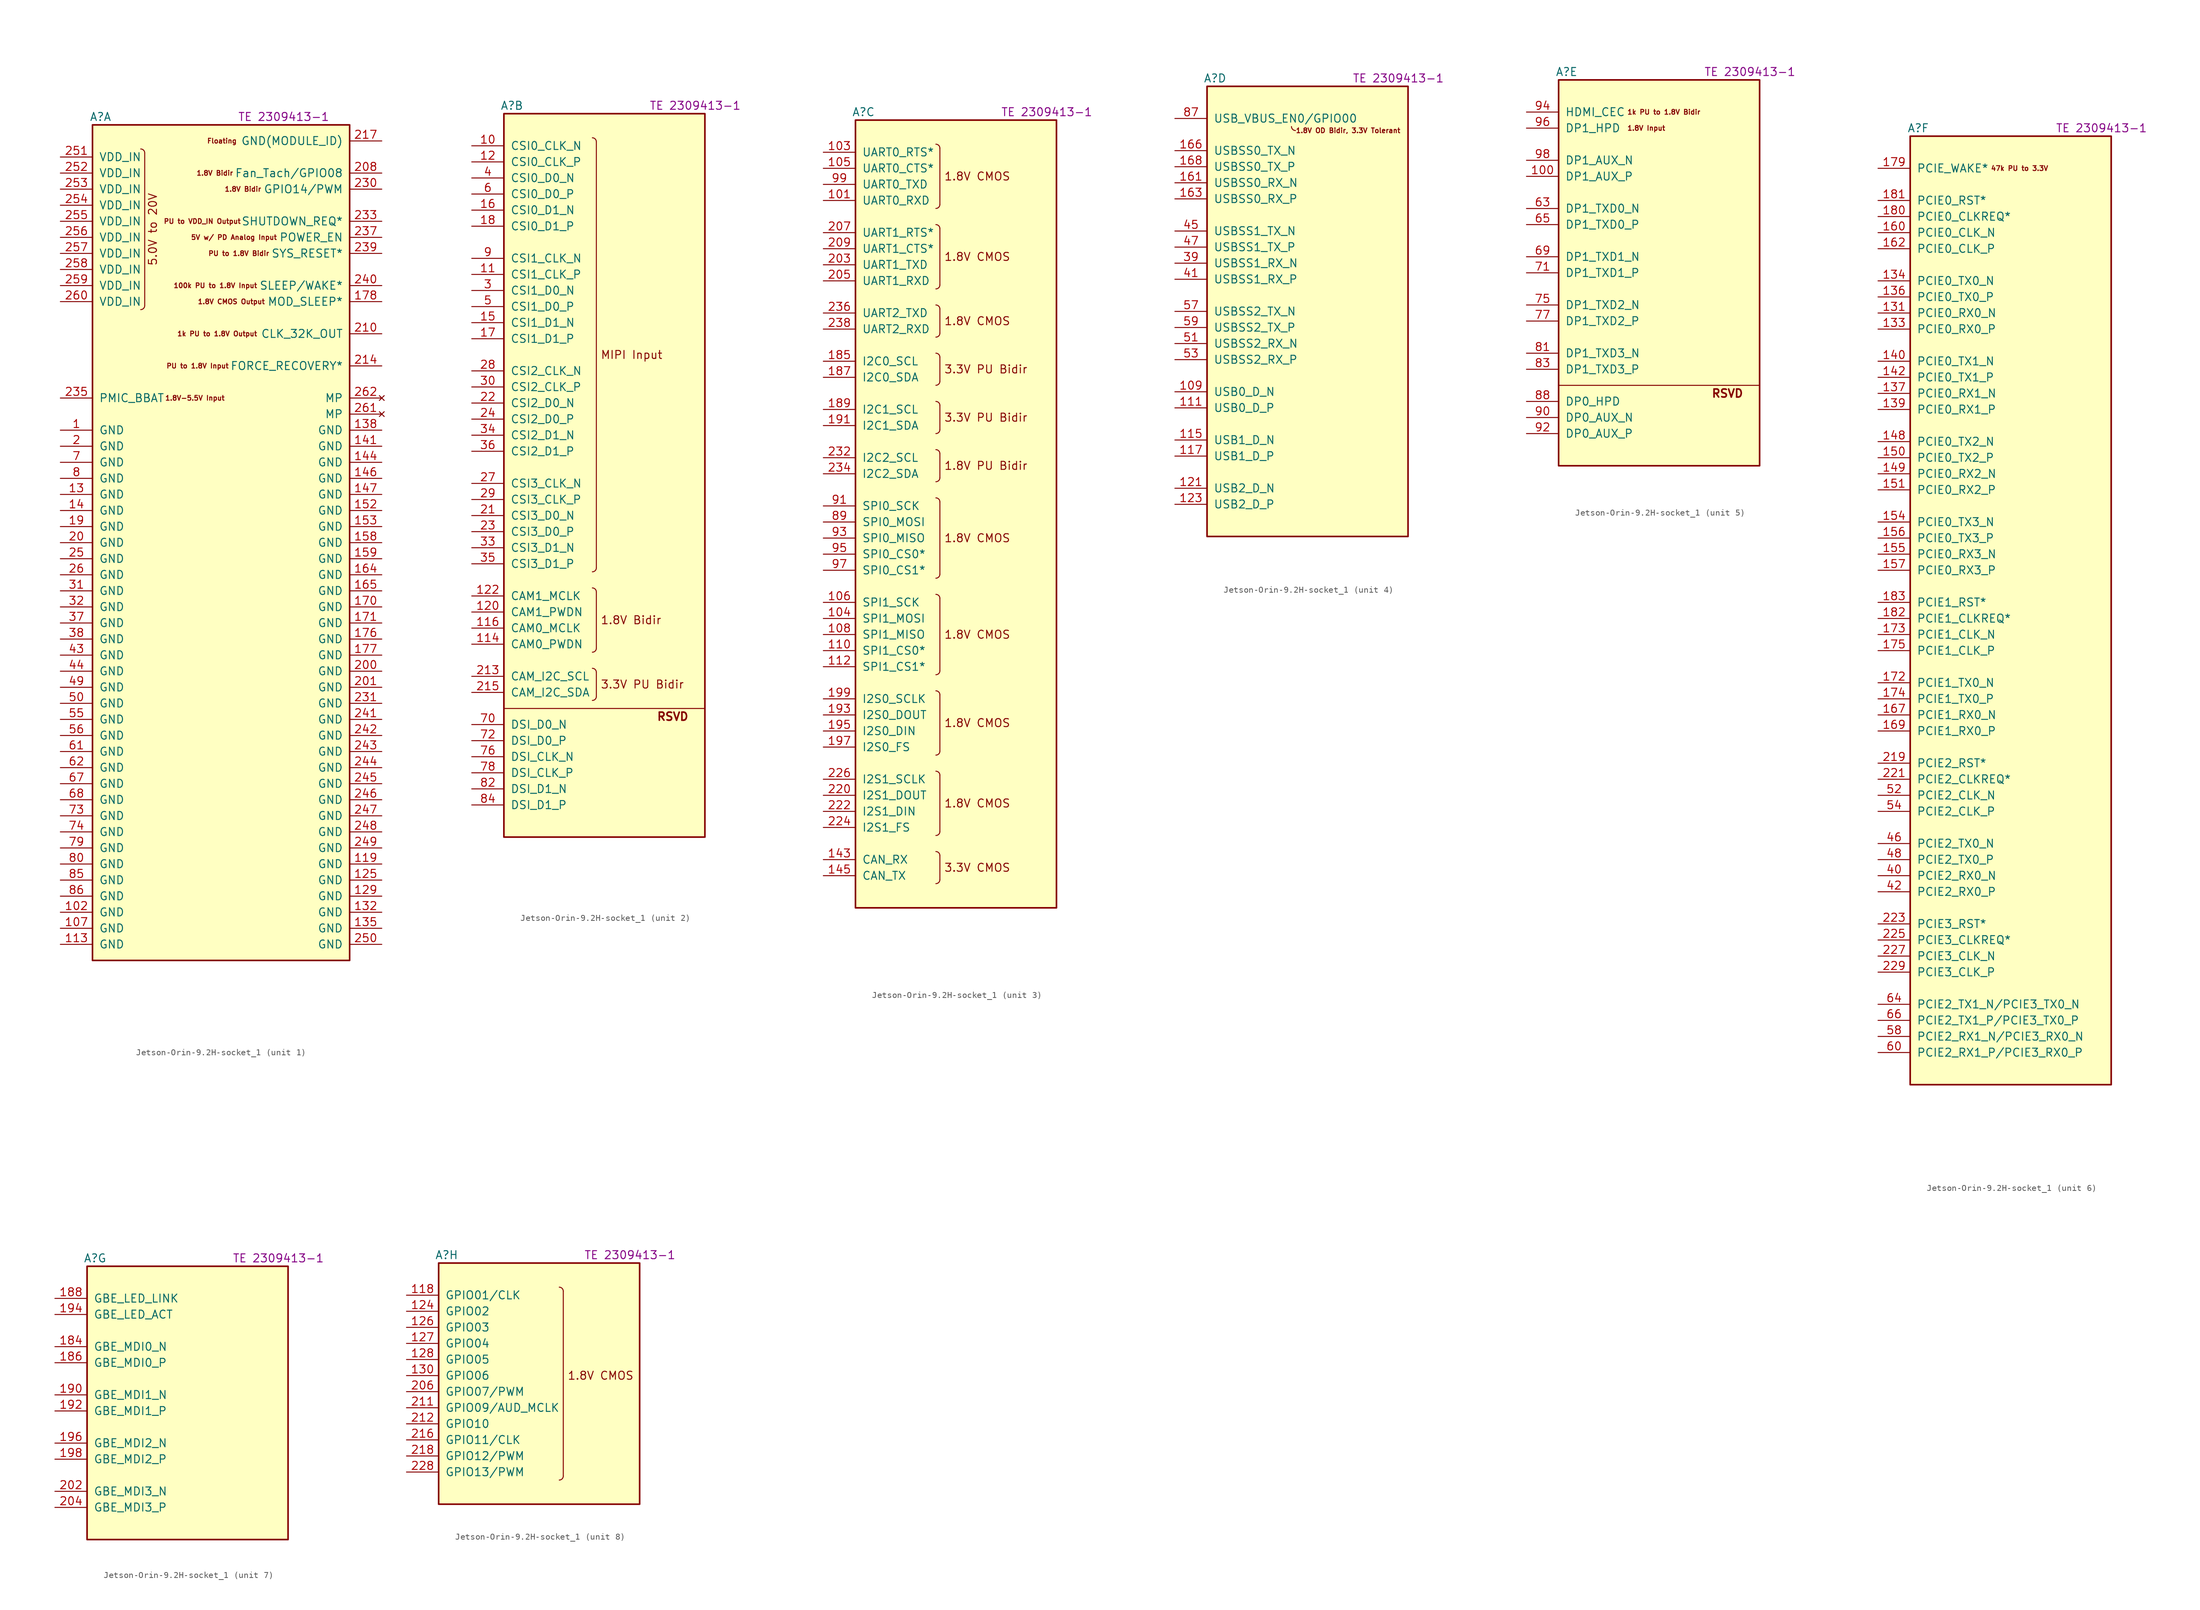
<source format=kicad_sym>
(kicad_symbol_lib
  (version 20220914)
  (generator kicad_symbol_editor)
  (symbol "Jetson-Orin-9.2H-socket_1"
    (pin_names
      (offset 1.016))
    (property "Reference" "A"
      (at 1.27 1.27 0)
      (effects (font (size 1.27 1.27))))
    (property "Manufacturer" "TE"
      (at 24.13 1.27 0)
      (effects (font (size 1.27 1.27))))
    (property "MPN" "2309413-1"
      (at 31.75 1.27 0)
      (effects (font (size 1.27 1.27))))
    (property "ki_locked" ""
      (at 0 0 0)
      (effects (font (size 1.27 1.27))))
    (symbol "Jetson-Orin-9.2H-socket_1_1_1"
      (rectangle (start 0 -132.08) (end 40.64 0) (stroke (width 0.254) (type default)) (fill (type background)))
      (polyline (pts (xy 8.255 -4.445) (xy 8.255 -28.575)) (stroke (width 0) (type default)) (fill (type none)))
      (arc (start 7.62 -29.21) (mid 8.069 -29.024) (end 8.255 -28.575) (stroke (width 0) (type default)) (fill (type none)))
      (arc (start 8.255 -4.445) (mid 8.069 -3.996) (end 7.62 -3.81) (stroke (width 0) (type default)) (fill (type none)))
      (text "1.8V Bidir " (at 22.86 -7.62 0) (effects (font (size 0.762 0.762)) (justify right)))
      (text "1.8V Bidir " (at 27.305 -10.16 0) (effects (font (size 0.762 0.762)) (justify right)))
      (text "1.8V CMOS Output" (at 27.305 -27.94 0) (effects (font (size 0.762 0.762)) (justify right)))
      (text "1.8V-5.5V Input" (at 11.43 -43.18 0) (effects (font (size 0.762 0.762)) (justify left)))
      (text "100k PU to 1.8V Input " (at 26.67 -25.4 0) (effects (font (size 0.762 0.762)) (justify right)))
      (text "1k PU to 1.8V Output " (at 26.67 -33.02 0) (effects (font (size 0.762 0.762)) (justify right)))
      (text "5.0V to 20V" (at 9.525 -16.51 900) (effects (font (size 1.27 1.27))))
      (text "5V w/ PD Analog Input" (at 29.21 -17.78 0) (effects (font (size 0.762 0.762)) (justify right)))
      (text "Floating" (at 22.86 -2.54 0) (effects (font (size 0.762 0.762)) (justify right)))
      (text "PU to 1.8V Bidir " (at 28.575 -20.32 0) (effects (font (size 0.762 0.762)) (justify right)))
      (text "PU to 1.8V Input" (at 21.59 -38.1 0) (effects (font (size 0.762 0.762)) (justify right)))
      (text "PU to VDD_IN Output" (at 23.495 -15.24 0) (effects (font (size 0.762 0.762)) (justify right)))
      (pin passive line (at -5.08 -48.26 0) (length 5.08) (name "GND" (effects (font (size 1.27 1.27)))) (number "1" (effects (font (size 1.27 1.27)))))
      (pin passive line (at -5.08 -124.46 0) (length 5.08) (name "GND" (effects (font (size 1.27 1.27)))) (number "102" (effects (font (size 1.27 1.27)))))
      (pin passive line (at -5.08 -127 0) (length 5.08) (name "GND" (effects (font (size 1.27 1.27)))) (number "107" (effects (font (size 1.27 1.27)))))
      (pin passive line (at -5.08 -129.54 0) (length 5.08) (name "GND" (effects (font (size 1.27 1.27)))) (number "113" (effects (font (size 1.27 1.27)))))
      (pin passive line (at 45.72 -116.84 180) (length 5.08) (name "GND" (effects (font (size 1.27 1.27)))) (number "119" (effects (font (size 1.27 1.27)))))
      (pin passive line (at 45.72 -119.38 180) (length 5.08) (name "GND" (effects (font (size 1.27 1.27)))) (number "125" (effects (font (size 1.27 1.27)))))
      (pin passive line (at 45.72 -121.92 180) (length 5.08) (name "GND" (effects (font (size 1.27 1.27)))) (number "129" (effects (font (size 1.27 1.27)))))
      (pin passive line (at -5.08 -58.42 0) (length 5.08) (name "GND" (effects (font (size 1.27 1.27)))) (number "13" (effects (font (size 1.27 1.27)))))
      (pin passive line (at 45.72 -124.46 180) (length 5.08) (name "GND" (effects (font (size 1.27 1.27)))) (number "132" (effects (font (size 1.27 1.27)))))
      (pin passive line (at 45.72 -127 180) (length 5.08) (name "GND" (effects (font (size 1.27 1.27)))) (number "135" (effects (font (size 1.27 1.27)))))
      (pin passive line (at 45.72 -48.26 180) (length 5.08) (name "GND" (effects (font (size 1.27 1.27)))) (number "138" (effects (font (size 1.27 1.27)))))
      (pin passive line (at -5.08 -60.96 0) (length 5.08) (name "GND" (effects (font (size 1.27 1.27)))) (number "14" (effects (font (size 1.27 1.27)))))
      (pin passive line (at 45.72 -50.8 180) (length 5.08) (name "GND" (effects (font (size 1.27 1.27)))) (number "141" (effects (font (size 1.27 1.27)))))
      (pin passive line (at 45.72 -53.34 180) (length 5.08) (name "GND" (effects (font (size 1.27 1.27)))) (number "144" (effects (font (size 1.27 1.27)))))
      (pin passive line (at 45.72 -55.88 180) (length 5.08) (name "GND" (effects (font (size 1.27 1.27)))) (number "146" (effects (font (size 1.27 1.27)))))
      (pin passive line (at 45.72 -58.42 180) (length 5.08) (name "GND" (effects (font (size 1.27 1.27)))) (number "147" (effects (font (size 1.27 1.27)))))
      (pin passive line (at 45.72 -60.96 180) (length 5.08) (name "GND" (effects (font (size 1.27 1.27)))) (number "152" (effects (font (size 1.27 1.27)))))
      (pin passive line (at 45.72 -63.5 180) (length 5.08) (name "GND" (effects (font (size 1.27 1.27)))) (number "153" (effects (font (size 1.27 1.27)))))
      (pin passive line (at 45.72 -66.04 180) (length 5.08) (name "GND" (effects (font (size 1.27 1.27)))) (number "158" (effects (font (size 1.27 1.27)))))
      (pin passive line (at 45.72 -68.58 180) (length 5.08) (name "GND" (effects (font (size 1.27 1.27)))) (number "159" (effects (font (size 1.27 1.27)))))
      (pin passive line (at 45.72 -71.12 180) (length 5.08) (name "GND" (effects (font (size 1.27 1.27)))) (number "164" (effects (font (size 1.27 1.27)))))
      (pin passive line (at 45.72 -73.66 180) (length 5.08) (name "GND" (effects (font (size 1.27 1.27)))) (number "165" (effects (font (size 1.27 1.27)))))
      (pin passive line (at 45.72 -76.2 180) (length 5.08) (name "GND" (effects (font (size 1.27 1.27)))) (number "170" (effects (font (size 1.27 1.27)))))
      (pin passive line (at 45.72 -78.74 180) (length 5.08) (name "GND" (effects (font (size 1.27 1.27)))) (number "171" (effects (font (size 1.27 1.27)))))
      (pin passive line (at 45.72 -81.28 180) (length 5.08) (name "GND" (effects (font (size 1.27 1.27)))) (number "176" (effects (font (size 1.27 1.27)))))
      (pin passive line (at 45.72 -83.82 180) (length 5.08) (name "GND" (effects (font (size 1.27 1.27)))) (number "177" (effects (font (size 1.27 1.27)))))
      (pin passive line (at 45.72 -27.94 180) (length 5.08) (name "MOD_SLEEP*" (effects (font (size 1.27 1.27)))) (number "178" (effects (font (size 1.27 1.27)))))
      (pin passive line (at -5.08 -63.5 0) (length 5.08) (name "GND" (effects (font (size 1.27 1.27)))) (number "19" (effects (font (size 1.27 1.27)))))
      (pin passive line (at -5.08 -50.8 0) (length 5.08) (name "GND" (effects (font (size 1.27 1.27)))) (number "2" (effects (font (size 1.27 1.27)))))
      (pin passive line (at -5.08 -66.04 0) (length 5.08) (name "GND" (effects (font (size 1.27 1.27)))) (number "20" (effects (font (size 1.27 1.27)))))
      (pin passive line (at 45.72 -86.36 180) (length 5.08) (name "GND" (effects (font (size 1.27 1.27)))) (number "200" (effects (font (size 1.27 1.27)))))
      (pin passive line (at 45.72 -88.9 180) (length 5.08) (name "GND" (effects (font (size 1.27 1.27)))) (number "201" (effects (font (size 1.27 1.27)))))
      (pin passive line (at 45.72 -7.62 180) (length 5.08) (name "Fan_Tach/GPIO08" (effects (font (size 1.27 1.27)))) (number "208" (effects (font (size 1.27 1.27)))) (alternate "GPIO08" passive line) (alternate "GPIO08(Fan_Tach)" passive line))
      (pin passive line (at 45.72 -33.02 180) (length 5.08) (name "CLK_32K_OUT" (effects (font (size 1.27 1.27)))) (number "210" (effects (font (size 1.27 1.27)))))
      (pin passive line (at 45.72 -38.1 180) (length 5.08) (name "FORCE_RECOVERY*" (effects (font (size 1.27 1.27)))) (number "214" (effects (font (size 1.27 1.27)))))
      (pin passive line (at 45.72 -2.54 180) (length 5.08) (name "GND(MODULE_ID)" (effects (font (size 1.27 1.27)))) (number "217" (effects (font (size 1.27 1.27)))))
      (pin passive line (at 45.72 -10.16 180) (length 5.08) (name "GPIO14/PWM" (effects (font (size 1.27 1.27)))) (number "230" (effects (font (size 1.27 1.27)))) (alternate "GPIO14" passive line) (alternate "GPIO14(PWM)" passive line))
      (pin passive line (at 45.72 -91.44 180) (length 5.08) (name "GND" (effects (font (size 1.27 1.27)))) (number "231" (effects (font (size 1.27 1.27)))))
      (pin passive line (at 45.72 -15.24 180) (length 5.08) (name "SHUTDOWN_REQ*" (effects (font (size 1.27 1.27)))) (number "233" (effects (font (size 1.27 1.27)))))
      (pin passive line (at -5.08 -43.18 0) (length 5.08) (name "PMIC_BBAT" (effects (font (size 1.27 1.27)))) (number "235" (effects (font (size 1.27 1.27)))))
      (pin passive line (at 45.72 -17.78 180) (length 5.08) (name "POWER_EN" (effects (font (size 1.27 1.27)))) (number "237" (effects (font (size 1.27 1.27)))))
      (pin passive line (at 45.72 -20.32 180) (length 5.08) (name "SYS_RESET*" (effects (font (size 1.27 1.27)))) (number "239" (effects (font (size 1.27 1.27)))))
      (pin passive line (at 45.72 -25.4 180) (length 5.08) (name "SLEEP/WAKE*" (effects (font (size 1.27 1.27)))) (number "240" (effects (font (size 1.27 1.27)))))
      (pin passive line (at 45.72 -93.98 180) (length 5.08) (name "GND" (effects (font (size 1.27 1.27)))) (number "241" (effects (font (size 1.27 1.27)))))
      (pin passive line (at 45.72 -96.52 180) (length 5.08) (name "GND" (effects (font (size 1.27 1.27)))) (number "242" (effects (font (size 1.27 1.27)))))
      (pin passive line (at 45.72 -99.06 180) (length 5.08) (name "GND" (effects (font (size 1.27 1.27)))) (number "243" (effects (font (size 1.27 1.27)))))
      (pin passive line (at 45.72 -101.6 180) (length 5.08) (name "GND" (effects (font (size 1.27 1.27)))) (number "244" (effects (font (size 1.27 1.27)))))
      (pin passive line (at 45.72 -104.14 180) (length 5.08) (name "GND" (effects (font (size 1.27 1.27)))) (number "245" (effects (font (size 1.27 1.27)))))
      (pin passive line (at 45.72 -106.68 180) (length 5.08) (name "GND" (effects (font (size 1.27 1.27)))) (number "246" (effects (font (size 1.27 1.27)))))
      (pin passive line (at 45.72 -109.22 180) (length 5.08) (name "GND" (effects (font (size 1.27 1.27)))) (number "247" (effects (font (size 1.27 1.27)))))
      (pin passive line (at 45.72 -111.76 180) (length 5.08) (name "GND" (effects (font (size 1.27 1.27)))) (number "248" (effects (font (size 1.27 1.27)))))
      (pin passive line (at 45.72 -114.3 180) (length 5.08) (name "GND" (effects (font (size 1.27 1.27)))) (number "249" (effects (font (size 1.27 1.27)))))
      (pin passive line (at -5.08 -68.58 0) (length 5.08) (name "GND" (effects (font (size 1.27 1.27)))) (number "25" (effects (font (size 1.27 1.27)))))
      (pin passive line (at 45.72 -129.54 180) (length 5.08) (name "GND" (effects (font (size 1.27 1.27)))) (number "250" (effects (font (size 1.27 1.27)))))
      (pin passive line (at -5.08 -5.08 0) (length 5.08) (name "VDD_IN" (effects (font (size 1.27 1.27)))) (number "251" (effects (font (size 1.27 1.27)))))
      (pin passive line (at -5.08 -7.62 0) (length 5.08) (name "VDD_IN" (effects (font (size 1.27 1.27)))) (number "252" (effects (font (size 1.27 1.27)))))
      (pin passive line (at -5.08 -10.16 0) (length 5.08) (name "VDD_IN" (effects (font (size 1.27 1.27)))) (number "253" (effects (font (size 1.27 1.27)))))
      (pin passive line (at -5.08 -12.7 0) (length 5.08) (name "VDD_IN" (effects (font (size 1.27 1.27)))) (number "254" (effects (font (size 1.27 1.27)))))
      (pin passive line (at -5.08 -15.24 0) (length 5.08) (name "VDD_IN" (effects (font (size 1.27 1.27)))) (number "255" (effects (font (size 1.27 1.27)))))
      (pin passive line (at -5.08 -17.78 0) (length 5.08) (name "VDD_IN" (effects (font (size 1.27 1.27)))) (number "256" (effects (font (size 1.27 1.27)))))
      (pin passive line (at -5.08 -20.32 0) (length 5.08) (name "VDD_IN" (effects (font (size 1.27 1.27)))) (number "257" (effects (font (size 1.27 1.27)))))
      (pin passive line (at -5.08 -22.86 0) (length 5.08) (name "VDD_IN" (effects (font (size 1.27 1.27)))) (number "258" (effects (font (size 1.27 1.27)))))
      (pin passive line (at -5.08 -25.4 0) (length 5.08) (name "VDD_IN" (effects (font (size 1.27 1.27)))) (number "259" (effects (font (size 1.27 1.27)))))
      (pin passive line (at -5.08 -71.12 0) (length 5.08) (name "GND" (effects (font (size 1.27 1.27)))) (number "26" (effects (font (size 1.27 1.27)))))
      (pin passive line (at -5.08 -27.94 0) (length 5.08) (name "VDD_IN" (effects (font (size 1.27 1.27)))) (number "260" (effects (font (size 1.27 1.27)))))
      (pin no_connect line (at 45.72 -45.72 180) (length 5.08) (name "MP" (effects (font (size 1.27 1.27)))) (number "261" (effects (font (size 1.27 1.27)))))
      (pin no_connect line (at 45.72 -43.18 180) (length 5.08) (name "MP" (effects (font (size 1.27 1.27)))) (number "262" (effects (font (size 1.27 1.27)))))
      (pin passive line (at -5.08 -73.66 0) (length 5.08) (name "GND" (effects (font (size 1.27 1.27)))) (number "31" (effects (font (size 1.27 1.27)))))
      (pin passive line (at -5.08 -76.2 0) (length 5.08) (name "GND" (effects (font (size 1.27 1.27)))) (number "32" (effects (font (size 1.27 1.27)))))
      (pin passive line (at -5.08 -78.74 0) (length 5.08) (name "GND" (effects (font (size 1.27 1.27)))) (number "37" (effects (font (size 1.27 1.27)))))
      (pin passive line (at -5.08 -81.28 0) (length 5.08) (name "GND" (effects (font (size 1.27 1.27)))) (number "38" (effects (font (size 1.27 1.27)))))
      (pin passive line (at -5.08 -83.82 0) (length 5.08) (name "GND" (effects (font (size 1.27 1.27)))) (number "43" (effects (font (size 1.27 1.27)))))
      (pin passive line (at -5.08 -86.36 0) (length 5.08) (name "GND" (effects (font (size 1.27 1.27)))) (number "44" (effects (font (size 1.27 1.27)))))
      (pin passive line (at -5.08 -88.9 0) (length 5.08) (name "GND" (effects (font (size 1.27 1.27)))) (number "49" (effects (font (size 1.27 1.27)))))
      (pin passive line (at -5.08 -91.44 0) (length 5.08) (name "GND" (effects (font (size 1.27 1.27)))) (number "50" (effects (font (size 1.27 1.27)))))
      (pin passive line (at -5.08 -93.98 0) (length 5.08) (name "GND" (effects (font (size 1.27 1.27)))) (number "55" (effects (font (size 1.27 1.27)))))
      (pin passive line (at -5.08 -96.52 0) (length 5.08) (name "GND" (effects (font (size 1.27 1.27)))) (number "56" (effects (font (size 1.27 1.27)))))
      (pin passive line (at -5.08 -99.06 0) (length 5.08) (name "GND" (effects (font (size 1.27 1.27)))) (number "61" (effects (font (size 1.27 1.27)))))
      (pin passive line (at -5.08 -101.6 0) (length 5.08) (name "GND" (effects (font (size 1.27 1.27)))) (number "62" (effects (font (size 1.27 1.27)))))
      (pin passive line (at -5.08 -104.14 0) (length 5.08) (name "GND" (effects (font (size 1.27 1.27)))) (number "67" (effects (font (size 1.27 1.27)))))
      (pin passive line (at -5.08 -106.68 0) (length 5.08) (name "GND" (effects (font (size 1.27 1.27)))) (number "68" (effects (font (size 1.27 1.27)))))
      (pin passive line (at -5.08 -53.34 0) (length 5.08) (name "GND" (effects (font (size 1.27 1.27)))) (number "7" (effects (font (size 1.27 1.27)))))
      (pin passive line (at -5.08 -109.22 0) (length 5.08) (name "GND" (effects (font (size 1.27 1.27)))) (number "73" (effects (font (size 1.27 1.27)))))
      (pin passive line (at -5.08 -111.76 0) (length 5.08) (name "GND" (effects (font (size 1.27 1.27)))) (number "74" (effects (font (size 1.27 1.27)))))
      (pin passive line (at -5.08 -114.3 0) (length 5.08) (name "GND" (effects (font (size 1.27 1.27)))) (number "79" (effects (font (size 1.27 1.27)))))
      (pin passive line (at -5.08 -55.88 0) (length 5.08) (name "GND" (effects (font (size 1.27 1.27)))) (number "8" (effects (font (size 1.27 1.27)))))
      (pin passive line (at -5.08 -116.84 0) (length 5.08) (name "GND" (effects (font (size 1.27 1.27)))) (number "80" (effects (font (size 1.27 1.27)))))
      (pin passive line (at -5.08 -119.38 0) (length 5.08) (name "GND" (effects (font (size 1.27 1.27)))) (number "85" (effects (font (size 1.27 1.27)))))
      (pin passive line (at -5.08 -121.92 0) (length 5.08) (name "GND" (effects (font (size 1.27 1.27)))) (number "86" (effects (font (size 1.27 1.27))))))
    (symbol "Jetson-Orin-9.2H-socket_1_2_1"
      (polyline (pts (xy 0 -93.98) (xy 31.75 -93.98)) (stroke (width 0) (type default)) (fill (type none)))
      (polyline (pts (xy 14.605 -88.265) (xy 14.605 -92.075)) (stroke (width 0) (type default)) (fill (type none)))
      (polyline (pts (xy 14.605 -75.565) (xy 14.605 -84.455)) (stroke (width 0) (type default)) (fill (type none)))
      (polyline (pts (xy 14.605 -4.445) (xy 14.605 -71.755)) (stroke (width 0) (type default)) (fill (type none)))
      (rectangle (start 0 0) (end 31.75 -114.3) (stroke (width 0.254) (type default)) (fill (type background)))
      (arc (start 13.97 -92.71) (mid 14.4198 -92.5248) (end 14.605 -92.075) (stroke (width 0) (type default)) (fill (type none)))
      (arc (start 13.97 -85.09) (mid 14.4198 -84.9048) (end 14.605 -84.455) (stroke (width 0) (type default)) (fill (type none)))
      (arc (start 13.97 -72.39) (mid 14.4198 -72.2048) (end 14.605 -71.755) (stroke (width 0) (type default)) (fill (type none)))
      (arc (start 14.605 -88.265) (mid 14.419 -87.816) (end 13.97 -87.63) (stroke (width 0) (type default)) (fill (type none)))
      (arc (start 14.605 -75.565) (mid 14.419 -75.116) (end 13.97 -74.93) (stroke (width 0) (type default)) (fill (type none)))
      (arc (start 14.605 -4.445) (mid 14.419 -3.996) (end 13.97 -3.81) (stroke (width 0) (type default)) (fill (type none)))
      (text "1.8V Bidir" (at 15.24 -80.01 0) (effects (font (size 1.27 1.27)) (justify left)))
      (text "3.3V PU Bidir" (at 15.24 -90.17 0) (effects (font (size 1.27 1.27)) (justify left)))
      (text "MIPI Input" (at 15.24 -38.1 0) (effects (font (size 1.27 1.27)) (justify left)))
      (text "RSVD" (at 26.67 -95.25 0) (effects (font (size 1.27 1.27) bold)))
      (pin passive line (at -5.08 -5.08 0) (length 5.08) (name "CSI0_CLK_N" (effects (font (size 1.27 1.27)))) (number "10" (effects (font (size 1.27 1.27)))))
      (pin passive line (at -5.08 -25.4 0) (length 5.08) (name "CSI1_CLK_P" (effects (font (size 1.27 1.27)))) (number "11" (effects (font (size 1.27 1.27)))))
      (pin passive line (at -5.08 -83.82 0) (length 5.08) (name "CAM0_PWDN" (effects (font (size 1.27 1.27)))) (number "114" (effects (font (size 1.27 1.27)))))
      (pin passive line (at -5.08 -81.28 0) (length 5.08) (name "CAM0_MCLK" (effects (font (size 1.27 1.27)))) (number "116" (effects (font (size 1.27 1.27)))))
      (pin passive line (at -5.08 -7.62 0) (length 5.08) (name "CSI0_CLK_P" (effects (font (size 1.27 1.27)))) (number "12" (effects (font (size 1.27 1.27)))))
      (pin passive line (at -5.08 -78.74 0) (length 5.08) (name "CAM1_PWDN" (effects (font (size 1.27 1.27)))) (number "120" (effects (font (size 1.27 1.27)))))
      (pin passive line (at -5.08 -76.2 0) (length 5.08) (name "CAM1_MCLK" (effects (font (size 1.27 1.27)))) (number "122" (effects (font (size 1.27 1.27)))))
      (pin passive line (at -5.08 -33.02 0) (length 5.08) (name "CSI1_D1_N" (effects (font (size 1.27 1.27)))) (number "15" (effects (font (size 1.27 1.27)))))
      (pin passive line (at -5.08 -15.24 0) (length 5.08) (name "CSI0_D1_N" (effects (font (size 1.27 1.27)))) (number "16" (effects (font (size 1.27 1.27)))))
      (pin passive line (at -5.08 -35.56 0) (length 5.08) (name "CSI1_D1_P" (effects (font (size 1.27 1.27)))) (number "17" (effects (font (size 1.27 1.27)))))
      (pin passive line (at -5.08 -17.78 0) (length 5.08) (name "CSI0_D1_P" (effects (font (size 1.27 1.27)))) (number "18" (effects (font (size 1.27 1.27)))))
      (pin passive line (at -5.08 -63.5 0) (length 5.08) (name "CSI3_D0_N" (effects (font (size 1.27 1.27)))) (number "21" (effects (font (size 1.27 1.27)))))
      (pin passive line (at -5.08 -88.9 0) (length 5.08) (name "CAM_I2C_SCL" (effects (font (size 1.27 1.27)))) (number "213" (effects (font (size 1.27 1.27)))))
      (pin passive line (at -5.08 -91.44 0) (length 5.08) (name "CAM_I2C_SDA" (effects (font (size 1.27 1.27)))) (number "215" (effects (font (size 1.27 1.27)))))
      (pin passive line (at -5.08 -45.72 0) (length 5.08) (name "CSI2_D0_N" (effects (font (size 1.27 1.27)))) (number "22" (effects (font (size 1.27 1.27)))))
      (pin passive line (at -5.08 -66.04 0) (length 5.08) (name "CSI3_D0_P" (effects (font (size 1.27 1.27)))) (number "23" (effects (font (size 1.27 1.27)))))
      (pin passive line (at -5.08 -48.26 0) (length 5.08) (name "CSI2_D0_P" (effects (font (size 1.27 1.27)))) (number "24" (effects (font (size 1.27 1.27)))))
      (pin passive line (at -5.08 -58.42 0) (length 5.08) (name "CSI3_CLK_N" (effects (font (size 1.27 1.27)))) (number "27" (effects (font (size 1.27 1.27)))))
      (pin passive line (at -5.08 -40.64 0) (length 5.08) (name "CSI2_CLK_N" (effects (font (size 1.27 1.27)))) (number "28" (effects (font (size 1.27 1.27)))))
      (pin passive line (at -5.08 -60.96 0) (length 5.08) (name "CSI3_CLK_P" (effects (font (size 1.27 1.27)))) (number "29" (effects (font (size 1.27 1.27)))))
      (pin passive line (at -5.08 -27.94 0) (length 5.08) (name "CSI1_D0_N" (effects (font (size 1.27 1.27)))) (number "3" (effects (font (size 1.27 1.27)))))
      (pin passive line (at -5.08 -43.18 0) (length 5.08) (name "CSI2_CLK_P" (effects (font (size 1.27 1.27)))) (number "30" (effects (font (size 1.27 1.27)))))
      (pin passive line (at -5.08 -68.58 0) (length 5.08) (name "CSI3_D1_N" (effects (font (size 1.27 1.27)))) (number "33" (effects (font (size 1.27 1.27)))))
      (pin passive line (at -5.08 -50.8 0) (length 5.08) (name "CSI2_D1_N" (effects (font (size 1.27 1.27)))) (number "34" (effects (font (size 1.27 1.27)))))
      (pin passive line (at -5.08 -71.12 0) (length 5.08) (name "CSI3_D1_P" (effects (font (size 1.27 1.27)))) (number "35" (effects (font (size 1.27 1.27)))))
      (pin passive line (at -5.08 -53.34 0) (length 5.08) (name "CSI2_D1_P" (effects (font (size 1.27 1.27)))) (number "36" (effects (font (size 1.27 1.27)))))
      (pin passive line (at -5.08 -10.16 0) (length 5.08) (name "CSI0_D0_N" (effects (font (size 1.27 1.27)))) (number "4" (effects (font (size 1.27 1.27)))))
      (pin passive line (at -5.08 -30.48 0) (length 5.08) (name "CSI1_D0_P" (effects (font (size 1.27 1.27)))) (number "5" (effects (font (size 1.27 1.27)))))
      (pin passive line (at -5.08 -12.7 0) (length 5.08) (name "CSI0_D0_P" (effects (font (size 1.27 1.27)))) (number "6" (effects (font (size 1.27 1.27)))))
      (pin passive line (at -5.08 -96.52 0) (length 5.08) (name "DSI_D0_N" (effects (font (size 1.27 1.27)))) (number "70" (effects (font (size 1.27 1.27)))))
      (pin passive line (at -5.08 -99.06 0) (length 5.08) (name "DSI_D0_P" (effects (font (size 1.27 1.27)))) (number "72" (effects (font (size 1.27 1.27)))))
      (pin passive line (at -5.08 -101.6 0) (length 5.08) (name "DSI_CLK_N" (effects (font (size 1.27 1.27)))) (number "76" (effects (font (size 1.27 1.27)))))
      (pin passive line (at -5.08 -104.14 0) (length 5.08) (name "DSI_CLK_P" (effects (font (size 1.27 1.27)))) (number "78" (effects (font (size 1.27 1.27)))))
      (pin passive line (at -5.08 -106.68 0) (length 5.08) (name "DSI_D1_N" (effects (font (size 1.27 1.27)))) (number "82" (effects (font (size 1.27 1.27)))))
      (pin passive line (at -5.08 -109.22 0) (length 5.08) (name "DSI_D1_P" (effects (font (size 1.27 1.27)))) (number "84" (effects (font (size 1.27 1.27)))))
      (pin passive line (at -5.08 -22.86 0) (length 5.08) (name "CSI1_CLK_N" (effects (font (size 1.27 1.27)))) (number "9" (effects (font (size 1.27 1.27))))))
    (symbol "Jetson-Orin-9.2H-socket_1_3_1"
      (polyline (pts (xy 13.335 -116.2) (xy 13.335 -120.01)) (stroke (width 0) (type default)) (fill (type none)))
      (polyline (pts (xy 13.335 -103.505) (xy 13.335 -112.395)) (stroke (width 0) (type default)) (fill (type none)))
      (polyline (pts (xy 13.335 -90.805) (xy 13.335 -99.695)) (stroke (width 0) (type default)) (fill (type none)))
      (polyline (pts (xy 13.335 -75.565) (xy 13.335 -87)) (stroke (width 0) (type default)) (fill (type none)))
      (polyline (pts (xy 13.335 -60.32) (xy 13.335 -71.755)) (stroke (width 0) (type default)) (fill (type none)))
      (polyline (pts (xy 13.335 -52.7) (xy 13.335 -56.51)) (stroke (width 0) (type default)) (fill (type none)))
      (polyline (pts (xy 13.335 -45.085) (xy 13.335 -48.895)) (stroke (width 0) (type default)) (fill (type none)))
      (polyline (pts (xy 13.335 -37.46) (xy 13.335 -41.27)) (stroke (width 0) (type default)) (fill (type none)))
      (polyline (pts (xy 13.335 -29.845) (xy 13.335 -33.655)) (stroke (width 0) (type default)) (fill (type none)))
      (polyline (pts (xy 13.335 -17.145) (xy 13.335 -26.035)) (stroke (width 0) (type default)) (fill (type none)))
      (polyline (pts (xy 13.335 -4.44) (xy 13.335 -13.33)) (stroke (width 0) (type default)) (fill (type none)))
      (rectangle (start 0 0) (end 31.75 -124.46) (stroke (width 0.254) (type default)) (fill (type background)))
      (arc (start 12.7 -120.645) (mid 13.149 -120.459) (end 13.335 -120.01) (stroke (width 0) (type default)) (fill (type none)))
      (arc (start 12.7 -113.03) (mid 13.1498 -112.8448) (end 13.335 -112.395) (stroke (width 0) (type default)) (fill (type none)))
      (arc (start 12.7 -100.33) (mid 13.1498 -100.1448) (end 13.335 -99.695) (stroke (width 0) (type default)) (fill (type none)))
      (arc (start 12.7 -87.63) (mid 13.1498 -87.4448) (end 13.335 -86.995) (stroke (width 0) (type default)) (fill (type none)))
      (arc (start 12.7 -72.385) (mid 13.149 -72.199) (end 13.335 -71.75) (stroke (width 0) (type default)) (fill (type none)))
      (arc (start 12.7 -57.145) (mid 13.149 -56.959) (end 13.335 -56.51) (stroke (width 0) (type default)) (fill (type none)))
      (arc (start 12.7 -49.53) (mid 13.1498 -49.3448) (end 13.335 -48.895) (stroke (width 0) (type default)) (fill (type none)))
      (arc (start 12.7 -41.905) (mid 13.149 -41.719) (end 13.335 -41.27) (stroke (width 0) (type default)) (fill (type none)))
      (arc (start 12.7 -34.29) (mid 13.1498 -34.1048) (end 13.335 -33.655) (stroke (width 0) (type default)) (fill (type none)))
      (arc (start 12.7 -26.67) (mid 13.1498 -26.4848) (end 13.335 -26.035) (stroke (width 0) (type default)) (fill (type none)))
      (arc (start 12.7 -13.965) (mid 13.149 -13.779) (end 13.335 -13.33) (stroke (width 0) (type default)) (fill (type none)))
      (arc (start 13.335 -116.2) (mid 13.149 -115.751) (end 12.7 -115.565) (stroke (width 0) (type default)) (fill (type none)))
      (arc (start 13.335 -103.505) (mid 13.149 -103.056) (end 12.7 -102.87) (stroke (width 0) (type default)) (fill (type none)))
      (arc (start 13.335 -90.805) (mid 13.149 -90.356) (end 12.7 -90.17) (stroke (width 0) (type default)) (fill (type none)))
      (arc (start 13.335 -75.565) (mid 13.149 -75.116) (end 12.7 -74.93) (stroke (width 0) (type default)) (fill (type none)))
      (arc (start 13.335 -60.32) (mid 13.149 -59.871) (end 12.7 -59.685) (stroke (width 0) (type default)) (fill (type none)))
      (arc (start 13.335 -52.7) (mid 13.149 -52.251) (end 12.7 -52.065) (stroke (width 0) (type default)) (fill (type none)))
      (arc (start 13.335 -45.085) (mid 13.149 -44.636) (end 12.7 -44.45) (stroke (width 0) (type default)) (fill (type none)))
      (arc (start 13.335 -37.46) (mid 13.149 -37.011) (end 12.7 -36.825) (stroke (width 0) (type default)) (fill (type none)))
      (arc (start 13.335 -29.845) (mid 13.149 -29.396) (end 12.7 -29.21) (stroke (width 0) (type default)) (fill (type none)))
      (arc (start 13.335 -17.145) (mid 13.149 -16.696) (end 12.7 -16.51) (stroke (width 0) (type default)) (fill (type none)))
      (arc (start 13.335 -4.44) (mid 13.149 -3.991) (end 12.7 -3.805) (stroke (width 0) (type default)) (fill (type none)))
      (text "1.8V CMOS" (at 13.97 -107.95 0) (effects (font (size 1.27 1.27)) (justify left)))
      (text "1.8V CMOS" (at 13.97 -95.25 0) (effects (font (size 1.27 1.27)) (justify left)))
      (text "1.8V CMOS" (at 13.97 -81.285 0) (effects (font (size 1.27 1.27)) (justify left)))
      (text "1.8V CMOS" (at 13.97 -66.04 0) (effects (font (size 1.27 1.27)) (justify left)))
      (text "1.8V CMOS" (at 13.97 -31.75 0) (effects (font (size 1.27 1.27)) (justify left)))
      (text "1.8V CMOS" (at 13.97 -21.59 0) (effects (font (size 1.27 1.27)) (justify left)))
      (text "1.8V CMOS" (at 13.97 -8.885 0) (effects (font (size 1.27 1.27)) (justify left)))
      (text "1.8V PU Bidir" (at 13.97 -54.605 0) (effects (font (size 1.27 1.27)) (justify left)))
      (text "3.3V CMOS" (at 13.97 -118.105 0) (effects (font (size 1.27 1.27)) (justify left)))
      (text "3.3V PU Bidir" (at 13.97 -46.99 0) (effects (font (size 1.27 1.27)) (justify left)))
      (text "3.3V PU Bidir" (at 13.97 -39.365 0) (effects (font (size 1.27 1.27)) (justify left)))
      (pin passive line (at -5.08 -12.7 0) (length 5.08) (name "UART0_RXD" (effects (font (size 1.27 1.27)))) (number "101" (effects (font (size 1.27 1.27)))))
      (pin passive line (at -5.08 -5.08 0) (length 5.08) (name "UART0_RTS*" (effects (font (size 1.27 1.27)))) (number "103" (effects (font (size 1.27 1.27)))))
      (pin passive line (at -5.08 -78.74 0) (length 5.08) (name "SPI1_MOSI" (effects (font (size 1.27 1.27)))) (number "104" (effects (font (size 1.27 1.27)))))
      (pin passive line (at -5.08 -7.62 0) (length 5.08) (name "UART0_CTS*" (effects (font (size 1.27 1.27)))) (number "105" (effects (font (size 1.27 1.27)))))
      (pin passive line (at -5.08 -76.2 0) (length 5.08) (name "SPI1_SCK" (effects (font (size 1.27 1.27)))) (number "106" (effects (font (size 1.27 1.27)))))
      (pin passive line (at -5.08 -81.28 0) (length 5.08) (name "SPI1_MISO" (effects (font (size 1.27 1.27)))) (number "108" (effects (font (size 1.27 1.27)))))
      (pin passive line (at -5.08 -83.82 0) (length 5.08) (name "SPI1_CS0*" (effects (font (size 1.27 1.27)))) (number "110" (effects (font (size 1.27 1.27)))))
      (pin passive line (at -5.08 -86.36 0) (length 5.08) (name "SPI1_CS1*" (effects (font (size 1.27 1.27)))) (number "112" (effects (font (size 1.27 1.27)))))
      (pin passive line (at -5.08 -116.84 0) (length 5.08) (name "CAN_RX" (effects (font (size 1.27 1.27)))) (number "143" (effects (font (size 1.27 1.27)))))
      (pin passive line (at -5.08 -119.38 0) (length 5.08) (name "CAN_TX" (effects (font (size 1.27 1.27)))) (number "145" (effects (font (size 1.27 1.27)))))
      (pin passive line (at -5.08 -38.1 0) (length 5.08) (name "I2C0_SCL" (effects (font (size 1.27 1.27)))) (number "185" (effects (font (size 1.27 1.27)))))
      (pin passive line (at -5.08 -40.64 0) (length 5.08) (name "I2C0_SDA" (effects (font (size 1.27 1.27)))) (number "187" (effects (font (size 1.27 1.27)))))
      (pin passive line (at -5.08 -45.72 0) (length 5.08) (name "I2C1_SCL" (effects (font (size 1.27 1.27)))) (number "189" (effects (font (size 1.27 1.27)))))
      (pin passive line (at -5.08 -48.26 0) (length 5.08) (name "I2C1_SDA" (effects (font (size 1.27 1.27)))) (number "191" (effects (font (size 1.27 1.27)))))
      (pin passive line (at -5.08 -93.98 0) (length 5.08) (name "I2S0_DOUT" (effects (font (size 1.27 1.27)))) (number "193" (effects (font (size 1.27 1.27)))))
      (pin passive line (at -5.08 -96.52 0) (length 5.08) (name "I2S0_DIN" (effects (font (size 1.27 1.27)))) (number "195" (effects (font (size 1.27 1.27)))))
      (pin passive line (at -5.08 -99.06 0) (length 5.08) (name "I2S0_FS" (effects (font (size 1.27 1.27)))) (number "197" (effects (font (size 1.27 1.27)))))
      (pin passive line (at -5.08 -91.44 0) (length 5.08) (name "I2S0_SCLK" (effects (font (size 1.27 1.27)))) (number "199" (effects (font (size 1.27 1.27)))))
      (pin passive line (at -5.08 -22.86 0) (length 5.08) (name "UART1_TXD" (effects (font (size 1.27 1.27)))) (number "203" (effects (font (size 1.27 1.27)))))
      (pin passive line (at -5.08 -25.4 0) (length 5.08) (name "UART1_RXD" (effects (font (size 1.27 1.27)))) (number "205" (effects (font (size 1.27 1.27)))))
      (pin passive line (at -5.08 -17.78 0) (length 5.08) (name "UART1_RTS*" (effects (font (size 1.27 1.27)))) (number "207" (effects (font (size 1.27 1.27)))))
      (pin passive line (at -5.08 -20.32 0) (length 5.08) (name "UART1_CTS*" (effects (font (size 1.27 1.27)))) (number "209" (effects (font (size 1.27 1.27)))))
      (pin passive line (at -5.08 -106.68 0) (length 5.08) (name "I2S1_DOUT" (effects (font (size 1.27 1.27)))) (number "220" (effects (font (size 1.27 1.27)))))
      (pin passive line (at -5.08 -109.22 0) (length 5.08) (name "I2S1_DIN" (effects (font (size 1.27 1.27)))) (number "222" (effects (font (size 1.27 1.27)))))
      (pin passive line (at -5.08 -111.76 0) (length 5.08) (name "I2S1_FS" (effects (font (size 1.27 1.27)))) (number "224" (effects (font (size 1.27 1.27)))))
      (pin passive line (at -5.08 -104.14 0) (length 5.08) (name "I2S1_SCLK" (effects (font (size 1.27 1.27)))) (number "226" (effects (font (size 1.27 1.27)))))
      (pin passive line (at -5.08 -53.34 0) (length 5.08) (name "I2C2_SCL" (effects (font (size 1.27 1.27)))) (number "232" (effects (font (size 1.27 1.27)))))
      (pin passive line (at -5.08 -55.88 0) (length 5.08) (name "I2C2_SDA" (effects (font (size 1.27 1.27)))) (number "234" (effects (font (size 1.27 1.27)))))
      (pin passive line (at -5.08 -30.48 0) (length 5.08) (name "UART2_TXD" (effects (font (size 1.27 1.27)))) (number "236" (effects (font (size 1.27 1.27)))))
      (pin passive line (at -5.08 -33.02 0) (length 5.08) (name "UART2_RXD" (effects (font (size 1.27 1.27)))) (number "238" (effects (font (size 1.27 1.27)))))
      (pin passive line (at -5.08 -63.5 0) (length 5.08) (name "SPI0_MOSI" (effects (font (size 1.27 1.27)))) (number "89" (effects (font (size 1.27 1.27)))))
      (pin passive line (at -5.08 -60.96 0) (length 5.08) (name "SPI0_SCK" (effects (font (size 1.27 1.27)))) (number "91" (effects (font (size 1.27 1.27)))))
      (pin passive line (at -5.08 -66.04 0) (length 5.08) (name "SPI0_MISO" (effects (font (size 1.27 1.27)))) (number "93" (effects (font (size 1.27 1.27)))))
      (pin passive line (at -5.08 -68.58 0) (length 5.08) (name "SPI0_CS0*" (effects (font (size 1.27 1.27)))) (number "95" (effects (font (size 1.27 1.27)))))
      (pin passive line (at -5.08 -71.12 0) (length 5.08) (name "SPI0_CS1*" (effects (font (size 1.27 1.27)))) (number "97" (effects (font (size 1.27 1.27)))))
      (pin passive line (at -5.08 -10.16 0) (length 5.08) (name "UART0_TXD" (effects (font (size 1.27 1.27)))) (number "99" (effects (font (size 1.27 1.27))))))
    (symbol "Jetson-Orin-9.2H-socket_1_4_1"
      (rectangle (start 0 0) (end 31.75 -71.12) (stroke (width 0.254) (type default)) (fill (type background)))
      (arc (start 13.335 -6.35) (mid 13.521 -6.799) (end 13.97 -6.985) (stroke (width 0) (type default)) (fill (type none)))
      (text "1.8V OD Bidir, 3.3V Tolerant" (at 13.97 -6.985 0) (effects (font (size 0.762 0.762)) (justify left)))
      (pin passive line (at -5.08 -48.26 0) (length 5.08) (name "USB0_D_N" (effects (font (size 1.27 1.27)))) (number "109" (effects (font (size 1.27 1.27)))))
      (pin passive line (at -5.08 -50.8 0) (length 5.08) (name "USB0_D_P" (effects (font (size 1.27 1.27)))) (number "111" (effects (font (size 1.27 1.27)))))
      (pin passive line (at -5.08 -55.88 0) (length 5.08) (name "USB1_D_N" (effects (font (size 1.27 1.27)))) (number "115" (effects (font (size 1.27 1.27)))))
      (pin passive line (at -5.08 -58.42 0) (length 5.08) (name "USB1_D_P" (effects (font (size 1.27 1.27)))) (number "117" (effects (font (size 1.27 1.27)))))
      (pin passive line (at -5.08 -63.5 0) (length 5.08) (name "USB2_D_N" (effects (font (size 1.27 1.27)))) (number "121" (effects (font (size 1.27 1.27)))))
      (pin passive line (at -5.08 -66.04 0) (length 5.08) (name "USB2_D_P" (effects (font (size 1.27 1.27)))) (number "123" (effects (font (size 1.27 1.27)))))
      (pin passive line (at -5.08 -15.24 0) (length 5.08) (name "USBSS0_RX_N" (effects (font (size 1.27 1.27)))) (number "161" (effects (font (size 1.27 1.27)))))
      (pin passive line (at -5.08 -17.78 0) (length 5.08) (name "USBSS0_RX_P" (effects (font (size 1.27 1.27)))) (number "163" (effects (font (size 1.27 1.27)))))
      (pin passive line (at -5.08 -10.16 0) (length 5.08) (name "USBSS0_TX_N" (effects (font (size 1.27 1.27)))) (number "166" (effects (font (size 1.27 1.27)))))
      (pin passive line (at -5.08 -12.7 0) (length 5.08) (name "USBSS0_TX_P" (effects (font (size 1.27 1.27)))) (number "168" (effects (font (size 1.27 1.27)))))
      (pin passive line (at -5.08 -27.94 0) (length 5.08) (name "USBSS1_RX_N" (effects (font (size 1.27 1.27)))) (number "39" (effects (font (size 1.27 1.27)))))
      (pin passive line (at -5.08 -30.48 0) (length 5.08) (name "USBSS1_RX_P" (effects (font (size 1.27 1.27)))) (number "41" (effects (font (size 1.27 1.27)))))
      (pin passive line (at -5.08 -22.86 0) (length 5.08) (name "USBSS1_TX_N" (effects (font (size 1.27 1.27)))) (number "45" (effects (font (size 1.27 1.27)))))
      (pin passive line (at -5.08 -25.4 0) (length 5.08) (name "USBSS1_TX_P" (effects (font (size 1.27 1.27)))) (number "47" (effects (font (size 1.27 1.27)))))
      (pin passive line (at -5.08 -40.64 0) (length 5.08) (name "USBSS2_RX_N" (effects (font (size 1.27 1.27)))) (number "51" (effects (font (size 1.27 1.27)))))
      (pin passive line (at -5.08 -43.18 0) (length 5.08) (name "USBSS2_RX_P" (effects (font (size 1.27 1.27)))) (number "53" (effects (font (size 1.27 1.27)))))
      (pin passive line (at -5.08 -35.56 0) (length 5.08) (name "USBSS2_TX_N" (effects (font (size 1.27 1.27)))) (number "57" (effects (font (size 1.27 1.27)))))
      (pin passive line (at -5.08 -38.1 0) (length 5.08) (name "USBSS2_TX_P" (effects (font (size 1.27 1.27)))) (number "59" (effects (font (size 1.27 1.27)))))
      (pin passive line (at -5.08 -5.08 0) (length 5.08) (name "USB_VBUS_EN0/GPIO00" (effects (font (size 1.27 1.27)))) (number "87" (effects (font (size 1.27 1.27)))) (alternate "GPIO00" passive line) (alternate "GPIO00(USB_VBUS_EN0)" passive line)))
    (symbol "Jetson-Orin-9.2H-socket_1_5_1"
      (polyline (pts (xy 0 -48.26) (xy 31.75 -48.26)) (stroke (width 0) (type default)) (fill (type none)))
      (rectangle (start 0 0) (end 31.75 -60.96) (stroke (width 0.254) (type default)) (fill (type background)))
      (text "1.8V Input" (at 10.795 -7.62 0) (effects (font (size 0.762 0.762)) (justify left)))
      (text "1k PU to 1.8V Bidir" (at 10.795 -5.08 0) (effects (font (size 0.762 0.762)) (justify left)))
      (text "RSVD" (at 26.67 -49.53 0) (effects (font (size 1.27 1.27) bold)))
      (pin passive line (at -5.08 -15.24 0) (length 5.08) (name "DP1_AUX_P" (effects (font (size 1.27 1.27)))) (number "100" (effects (font (size 1.27 1.27)))))
      (pin passive line (at -5.08 -20.32 0) (length 5.08) (name "DP1_TXD0_N" (effects (font (size 1.27 1.27)))) (number "63" (effects (font (size 1.27 1.27)))))
      (pin passive line (at -5.08 -22.86 0) (length 5.08) (name "DP1_TXD0_P" (effects (font (size 1.27 1.27)))) (number "65" (effects (font (size 1.27 1.27)))))
      (pin passive line (at -5.08 -27.94 0) (length 5.08) (name "DP1_TXD1_N" (effects (font (size 1.27 1.27)))) (number "69" (effects (font (size 1.27 1.27)))))
      (pin passive line (at -5.08 -30.48 0) (length 5.08) (name "DP1_TXD1_P" (effects (font (size 1.27 1.27)))) (number "71" (effects (font (size 1.27 1.27)))))
      (pin passive line (at -5.08 -35.56 0) (length 5.08) (name "DP1_TXD2_N" (effects (font (size 1.27 1.27)))) (number "75" (effects (font (size 1.27 1.27)))))
      (pin passive line (at -5.08 -38.1 0) (length 5.08) (name "DP1_TXD2_P" (effects (font (size 1.27 1.27)))) (number "77" (effects (font (size 1.27 1.27)))))
      (pin passive line (at -5.08 -43.18 0) (length 5.08) (name "DP1_TXD3_N" (effects (font (size 1.27 1.27)))) (number "81" (effects (font (size 1.27 1.27)))))
      (pin passive line (at -5.08 -45.72 0) (length 5.08) (name "DP1_TXD3_P" (effects (font (size 1.27 1.27)))) (number "83" (effects (font (size 1.27 1.27)))))
      (pin passive line (at -5.08 -50.8 0) (length 5.08) (name "DP0_HPD" (effects (font (size 1.27 1.27)))) (number "88" (effects (font (size 1.27 1.27)))))
      (pin passive line (at -5.08 -53.34 0) (length 5.08) (name "DP0_AUX_N" (effects (font (size 1.27 1.27)))) (number "90" (effects (font (size 1.27 1.27)))))
      (pin passive line (at -5.08 -55.88 0) (length 5.08) (name "DP0_AUX_P" (effects (font (size 1.27 1.27)))) (number "92" (effects (font (size 1.27 1.27)))))
      (pin passive line (at -5.08 -5.08 0) (length 5.08) (name "HDMI_CEC" (effects (font (size 1.27 1.27)))) (number "94" (effects (font (size 1.27 1.27)))))
      (pin passive line (at -5.08 -7.62 0) (length 5.08) (name "DP1_HPD" (effects (font (size 1.27 1.27)))) (number "96" (effects (font (size 1.27 1.27)))))
      (pin passive line (at -5.08 -12.7 0) (length 5.08) (name "DP1_AUX_N" (effects (font (size 1.27 1.27)))) (number "98" (effects (font (size 1.27 1.27))))))
    (symbol "Jetson-Orin-9.2H-socket_1_6_1"
      (rectangle (start 0 0) (end 31.75 -149.86) (stroke (width 0.254) (type default)) (fill (type background)))
      (text "47k PU to 3.3V" (at 12.7 -5.08 0) (effects (font (size 0.762 0.762)) (justify left)))
      (pin passive line (at -5.08 -27.94 0) (length 5.08) (name "PCIE0_RX0_N" (effects (font (size 1.27 1.27)))) (number "131" (effects (font (size 1.27 1.27)))))
      (pin passive line (at -5.08 -30.48 0) (length 5.08) (name "PCIE0_RX0_P" (effects (font (size 1.27 1.27)))) (number "133" (effects (font (size 1.27 1.27)))))
      (pin passive line (at -5.08 -22.86 0) (length 5.08) (name "PCIE0_TX0_N" (effects (font (size 1.27 1.27)))) (number "134" (effects (font (size 1.27 1.27)))))
      (pin passive line (at -5.08 -25.4 0) (length 5.08) (name "PCIE0_TX0_P" (effects (font (size 1.27 1.27)))) (number "136" (effects (font (size 1.27 1.27)))))
      (pin passive line (at -5.08 -40.64 0) (length 5.08) (name "PCIE0_RX1_N" (effects (font (size 1.27 1.27)))) (number "137" (effects (font (size 1.27 1.27)))))
      (pin passive line (at -5.08 -43.18 0) (length 5.08) (name "PCIE0_RX1_P" (effects (font (size 1.27 1.27)))) (number "139" (effects (font (size 1.27 1.27)))))
      (pin passive line (at -5.08 -35.56 0) (length 5.08) (name "PCIE0_TX1_N" (effects (font (size 1.27 1.27)))) (number "140" (effects (font (size 1.27 1.27)))))
      (pin passive line (at -5.08 -38.1 0) (length 5.08) (name "PCIE0_TX1_P" (effects (font (size 1.27 1.27)))) (number "142" (effects (font (size 1.27 1.27)))))
      (pin passive line (at -5.08 -48.26 0) (length 5.08) (name "PCIE0_TX2_N" (effects (font (size 1.27 1.27)))) (number "148" (effects (font (size 1.27 1.27)))))
      (pin passive line (at -5.08 -53.34 0) (length 5.08) (name "PCIE0_RX2_N" (effects (font (size 1.27 1.27)))) (number "149" (effects (font (size 1.27 1.27)))))
      (pin passive line (at -5.08 -50.8 0) (length 5.08) (name "PCIE0_TX2_P" (effects (font (size 1.27 1.27)))) (number "150" (effects (font (size 1.27 1.27)))))
      (pin passive line (at -5.08 -55.88 0) (length 5.08) (name "PCIE0_RX2_P" (effects (font (size 1.27 1.27)))) (number "151" (effects (font (size 1.27 1.27)))))
      (pin passive line (at -5.08 -60.96 0) (length 5.08) (name "PCIE0_TX3_N" (effects (font (size 1.27 1.27)))) (number "154" (effects (font (size 1.27 1.27)))))
      (pin passive line (at -5.08 -66.04 0) (length 5.08) (name "PCIE0_RX3_N" (effects (font (size 1.27 1.27)))) (number "155" (effects (font (size 1.27 1.27)))))
      (pin passive line (at -5.08 -63.5 0) (length 5.08) (name "PCIE0_TX3_P" (effects (font (size 1.27 1.27)))) (number "156" (effects (font (size 1.27 1.27)))))
      (pin passive line (at -5.08 -68.58 0) (length 5.08) (name "PCIE0_RX3_P" (effects (font (size 1.27 1.27)))) (number "157" (effects (font (size 1.27 1.27)))))
      (pin passive line (at -5.08 -15.24 0) (length 5.08) (name "PCIE0_CLK_N" (effects (font (size 1.27 1.27)))) (number "160" (effects (font (size 1.27 1.27)))))
      (pin passive line (at -5.08 -17.78 0) (length 5.08) (name "PCIE0_CLK_P" (effects (font (size 1.27 1.27)))) (number "162" (effects (font (size 1.27 1.27)))))
      (pin passive line (at -5.08 -91.44 0) (length 5.08) (name "PCIE1_RX0_N" (effects (font (size 1.27 1.27)))) (number "167" (effects (font (size 1.27 1.27)))))
      (pin passive line (at -5.08 -93.98 0) (length 5.08) (name "PCIE1_RX0_P" (effects (font (size 1.27 1.27)))) (number "169" (effects (font (size 1.27 1.27)))))
      (pin passive line (at -5.08 -86.36 0) (length 5.08) (name "PCIE1_TX0_N" (effects (font (size 1.27 1.27)))) (number "172" (effects (font (size 1.27 1.27)))))
      (pin passive line (at -5.08 -78.74 0) (length 5.08) (name "PCIE1_CLK_N" (effects (font (size 1.27 1.27)))) (number "173" (effects (font (size 1.27 1.27)))))
      (pin passive line (at -5.08 -88.9 0) (length 5.08) (name "PCIE1_TX0_P" (effects (font (size 1.27 1.27)))) (number "174" (effects (font (size 1.27 1.27)))))
      (pin passive line (at -5.08 -81.28 0) (length 5.08) (name "PCIE1_CLK_P" (effects (font (size 1.27 1.27)))) (number "175" (effects (font (size 1.27 1.27)))))
      (pin passive line (at -5.08 -5.08 0) (length 5.08) (name "PCIE_WAKE*" (effects (font (size 1.27 1.27)))) (number "179" (effects (font (size 1.27 1.27)))))
      (pin passive line (at -5.08 -12.7 0) (length 5.08) (name "PCIE0_CLKREQ*" (effects (font (size 1.27 1.27)))) (number "180" (effects (font (size 1.27 1.27)))))
      (pin passive line (at -5.08 -10.16 0) (length 5.08) (name "PCIE0_RST*" (effects (font (size 1.27 1.27)))) (number "181" (effects (font (size 1.27 1.27)))))
      (pin passive line (at -5.08 -76.2 0) (length 5.08) (name "PCIE1_CLKREQ*" (effects (font (size 1.27 1.27)))) (number "182" (effects (font (size 1.27 1.27)))))
      (pin passive line (at -5.08 -73.66 0) (length 5.08) (name "PCIE1_RST*" (effects (font (size 1.27 1.27)))) (number "183" (effects (font (size 1.27 1.27)))))
      (pin passive line (at -5.08 -99.06 0) (length 5.08) (name "PCIE2_RST*" (effects (font (size 1.27 1.27)))) (number "219" (effects (font (size 1.27 1.27)))))
      (pin passive line (at -5.08 -101.6 0) (length 5.08) (name "PCIE2_CLKREQ*" (effects (font (size 1.27 1.27)))) (number "221" (effects (font (size 1.27 1.27)))))
      (pin passive line (at -5.08 -124.46 0) (length 5.08) (name "PCIE3_RST*" (effects (font (size 1.27 1.27)))) (number "223" (effects (font (size 1.27 1.27)))))
      (pin passive line (at -5.08 -127 0) (length 5.08) (name "PCIE3_CLKREQ*" (effects (font (size 1.27 1.27)))) (number "225" (effects (font (size 1.27 1.27)))))
      (pin passive line (at -5.08 -129.54 0) (length 5.08) (name "PCIE3_CLK_N" (effects (font (size 1.27 1.27)))) (number "227" (effects (font (size 1.27 1.27)))))
      (pin passive line (at -5.08 -132.08 0) (length 5.08) (name "PCIE3_CLK_P" (effects (font (size 1.27 1.27)))) (number "229" (effects (font (size 1.27 1.27)))))
      (pin passive line (at -5.08 -116.84 0) (length 5.08) (name "PCIE2_RX0_N" (effects (font (size 1.27 1.27)))) (number "40" (effects (font (size 1.27 1.27)))))
      (pin passive line (at -5.08 -119.38 0) (length 5.08) (name "PCIE2_RX0_P" (effects (font (size 1.27 1.27)))) (number "42" (effects (font (size 1.27 1.27)))))
      (pin passive line (at -5.08 -111.76 0) (length 5.08) (name "PCIE2_TX0_N" (effects (font (size 1.27 1.27)))) (number "46" (effects (font (size 1.27 1.27)))))
      (pin passive line (at -5.08 -114.3 0) (length 5.08) (name "PCIE2_TX0_P" (effects (font (size 1.27 1.27)))) (number "48" (effects (font (size 1.27 1.27)))))
      (pin passive line (at -5.08 -104.14 0) (length 5.08) (name "PCIE2_CLK_N" (effects (font (size 1.27 1.27)))) (number "52" (effects (font (size 1.27 1.27)))))
      (pin passive line (at -5.08 -106.68 0) (length 5.08) (name "PCIE2_CLK_P" (effects (font (size 1.27 1.27)))) (number "54" (effects (font (size 1.27 1.27)))))
      (pin passive line (at -5.08 -142.24 0) (length 5.08) (name "PCIE2_RX1_N/PCIE3_RX0_N" (effects (font (size 1.27 1.27)))) (number "58" (effects (font (size 1.27 1.27)))) (alternate "PCIE2_RX1_N" passive line) (alternate "PCIE3_RX0_N" passive line))
      (pin passive line (at -5.08 -144.78 0) (length 5.08) (name "PCIE2_RX1_P/PCIE3_RX0_P" (effects (font (size 1.27 1.27)))) (number "60" (effects (font (size 1.27 1.27)))) (alternate "PCIE2_RX1_P" passive line) (alternate "PCIE3_RX0_P" passive line))
      (pin passive line (at -5.08 -137.16 0) (length 5.08) (name "PCIE2_TX1_N/PCIE3_TX0_N" (effects (font (size 1.27 1.27)))) (number "64" (effects (font (size 1.27 1.27)))) (alternate "PCIE2_TX1_N" passive line) (alternate "PCIE3_TX0_N" passive line))
      (pin passive line (at -5.08 -139.7 0) (length 5.08) (name "PCIE2_TX1_P/PCIE3_TX0_P" (effects (font (size 1.27 1.27)))) (number "66" (effects (font (size 1.27 1.27)))) (alternate "PCIE2_TX1_P" passive line) (alternate "PCIE3_TX0_P" passive line)))
    (symbol "Jetson-Orin-9.2H-socket_1_7_1"
      (rectangle (start 0 0) (end 31.75 -43.18) (stroke (width 0.254) (type default)) (fill (type background)))
      (pin passive line (at -5.08 -12.7 0) (length 5.08) (name "GBE_MDI0_N" (effects (font (size 1.27 1.27)))) (number "184" (effects (font (size 1.27 1.27)))))
      (pin passive line (at -5.08 -15.24 0) (length 5.08) (name "GBE_MDI0_P" (effects (font (size 1.27 1.27)))) (number "186" (effects (font (size 1.27 1.27)))))
      (pin passive line (at -5.08 -5.08 0) (length 5.08) (name "GBE_LED_LINK" (effects (font (size 1.27 1.27)))) (number "188" (effects (font (size 1.27 1.27)))))
      (pin passive line (at -5.08 -20.32 0) (length 5.08) (name "GBE_MDI1_N" (effects (font (size 1.27 1.27)))) (number "190" (effects (font (size 1.27 1.27)))))
      (pin passive line (at -5.08 -22.86 0) (length 5.08) (name "GBE_MDI1_P" (effects (font (size 1.27 1.27)))) (number "192" (effects (font (size 1.27 1.27)))))
      (pin passive line (at -5.08 -7.62 0) (length 5.08) (name "GBE_LED_ACT" (effects (font (size 1.27 1.27)))) (number "194" (effects (font (size 1.27 1.27)))))
      (pin passive line (at -5.08 -27.94 0) (length 5.08) (name "GBE_MDI2_N" (effects (font (size 1.27 1.27)))) (number "196" (effects (font (size 1.27 1.27)))))
      (pin passive line (at -5.08 -30.48 0) (length 5.08) (name "GBE_MDI2_P" (effects (font (size 1.27 1.27)))) (number "198" (effects (font (size 1.27 1.27)))))
      (pin passive line (at -5.08 -35.56 0) (length 5.08) (name "GBE_MDI3_N" (effects (font (size 1.27 1.27)))) (number "202" (effects (font (size 1.27 1.27)))))
      (pin passive line (at -5.08 -38.1 0) (length 5.08) (name "GBE_MDI3_P" (effects (font (size 1.27 1.27)))) (number "204" (effects (font (size 1.27 1.27))))))
    (symbol "Jetson-Orin-9.2H-socket_1_8_1"
      (polyline (pts (xy 19.685 -4.445) (xy 19.685 -33.655)) (stroke (width 0) (type default)) (fill (type none)))
      (rectangle (start 0 0) (end 31.75 -38.1) (stroke (width 0.254) (type default)) (fill (type background)))
      (arc (start 19.05 -34.29) (mid 19.4998 -34.1048) (end 19.685 -33.655) (stroke (width 0) (type default)) (fill (type none)))
      (arc (start 19.685 -4.445) (mid 19.499 -3.996) (end 19.05 -3.81) (stroke (width 0) (type default)) (fill (type none)))
      (text "1.8V CMOS" (at 20.32 -17.78 0) (effects (font (size 1.27 1.27)) (justify left)))
      (pin passive line (at -5.08 -5.08 0) (length 5.08) (name "GPIO01/CLK" (effects (font (size 1.27 1.27)))) (number "118" (effects (font (size 1.27 1.27)))) (alternate "GPIO01" passive line) (alternate "GPIO01(CLK)" passive line))
      (pin passive line (at -5.08 -7.62 0) (length 5.08) (name "GPIO02" (effects (font (size 1.27 1.27)))) (number "124" (effects (font (size 1.27 1.27)))))
      (pin passive line (at -5.08 -10.16 0) (length 5.08) (name "GPIO03" (effects (font (size 1.27 1.27)))) (number "126" (effects (font (size 1.27 1.27)))))
      (pin passive line (at -5.08 -12.7 0) (length 5.08) (name "GPIO04" (effects (font (size 1.27 1.27)))) (number "127" (effects (font (size 1.27 1.27)))))
      (pin passive line (at -5.08 -15.24 0) (length 5.08) (name "GPIO05" (effects (font (size 1.27 1.27)))) (number "128" (effects (font (size 1.27 1.27)))))
      (pin passive line (at -5.08 -17.78 0) (length 5.08) (name "GPIO06" (effects (font (size 1.27 1.27)))) (number "130" (effects (font (size 1.27 1.27)))))
      (pin passive line (at -5.08 -20.32 0) (length 5.08) (name "GPIO07/PWM" (effects (font (size 1.27 1.27)))) (number "206" (effects (font (size 1.27 1.27)))) (alternate "GPIO07" passive line) (alternate "GPIO07(PWM)" passive line))
      (pin passive line (at -5.08 -22.86 0) (length 5.08) (name "GPIO09/AUD_MCLK" (effects (font (size 1.27 1.27)))) (number "211" (effects (font (size 1.27 1.27)))) (alternate "GPIO09" passive line) (alternate "GPIO09(AUD_MCLK)" passive line))
      (pin passive line (at -5.08 -25.4 0) (length 5.08) (name "GPIO10" (effects (font (size 1.27 1.27)))) (number "212" (effects (font (size 1.27 1.27)))))
      (pin passive line (at -5.08 -27.94 0) (length 5.08) (name "GPIO11/CLK" (effects (font (size 1.27 1.27)))) (number "216" (effects (font (size 1.27 1.27)))) (alternate "GPIO11" passive line) (alternate "GPIO11(CLK)" passive line))
      (pin passive line (at -5.08 -30.48 0) (length 5.08) (name "GPIO12/PWM" (effects (font (size 1.27 1.27)))) (number "218" (effects (font (size 1.27 1.27)))) (alternate "GPIO12" passive line) (alternate "GPIO12(PWM)" passive line))
      (pin passive line (at -5.08 -33.02 0) (length 5.08) (name "GPIO13/PWM" (effects (font (size 1.27 1.27)))) (number "228" (effects (font (size 1.27 1.27)))) (alternate "GPIO13" passive line) (alternate "GPIO13(PWM)" passive line)))))
</source>
